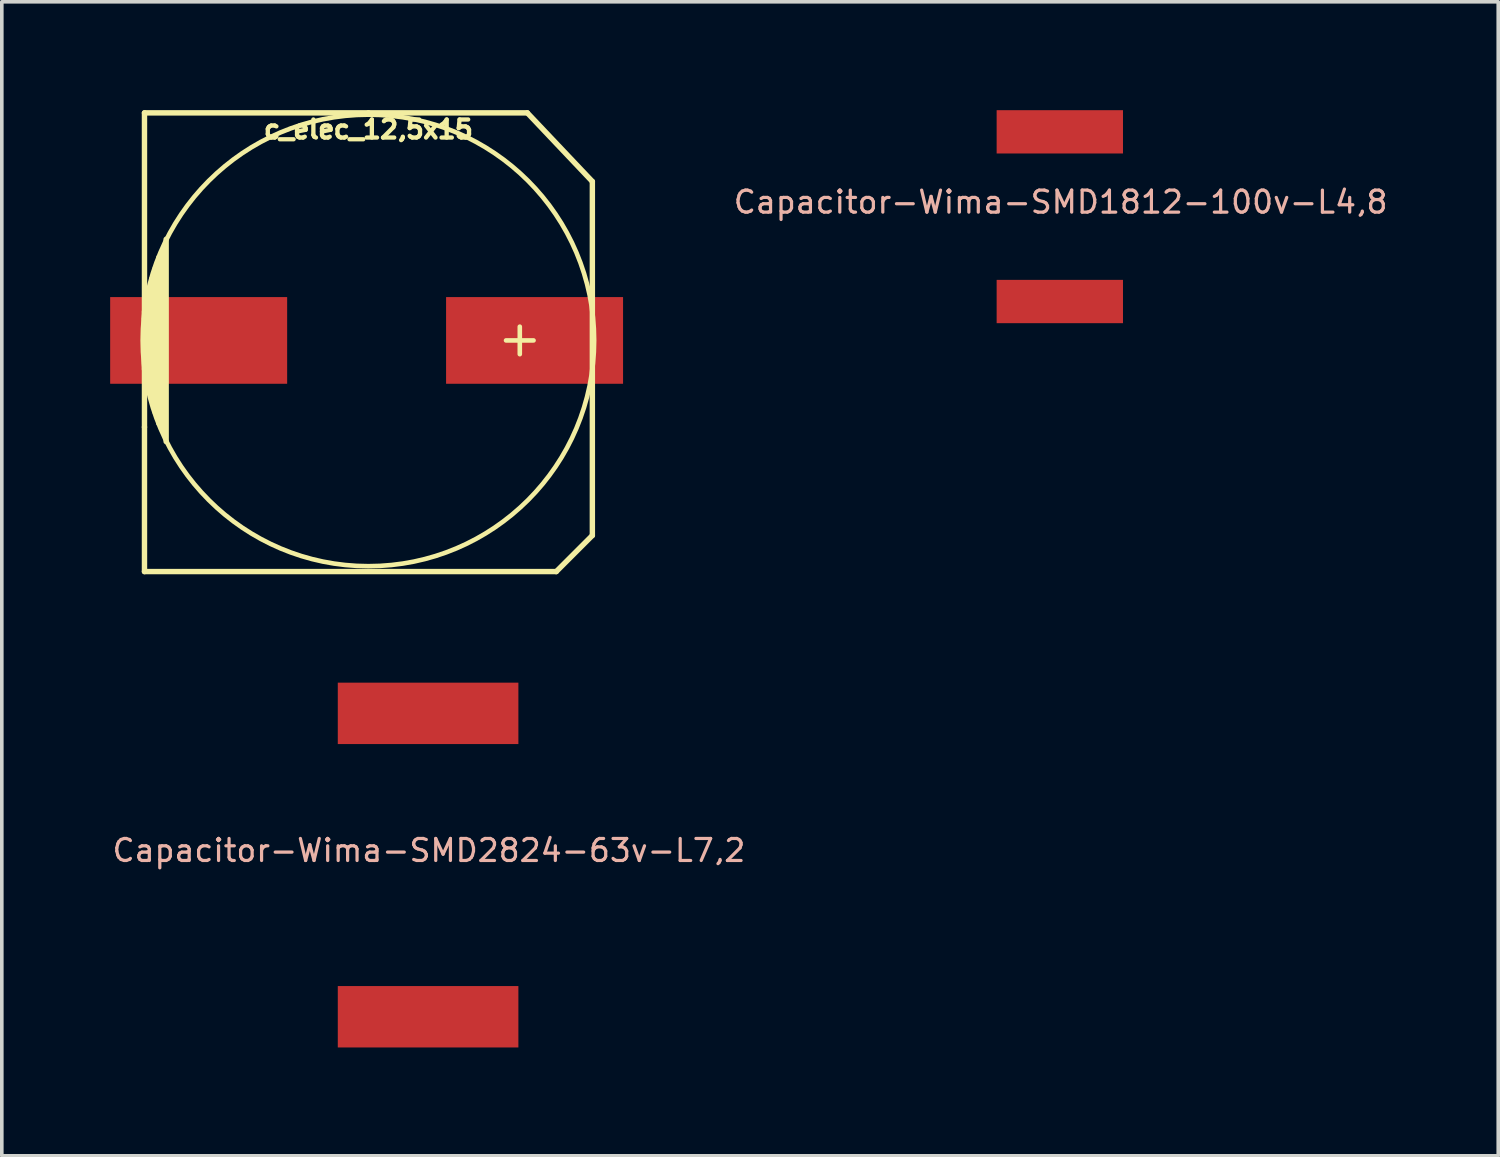
<source format=kicad_pcb>
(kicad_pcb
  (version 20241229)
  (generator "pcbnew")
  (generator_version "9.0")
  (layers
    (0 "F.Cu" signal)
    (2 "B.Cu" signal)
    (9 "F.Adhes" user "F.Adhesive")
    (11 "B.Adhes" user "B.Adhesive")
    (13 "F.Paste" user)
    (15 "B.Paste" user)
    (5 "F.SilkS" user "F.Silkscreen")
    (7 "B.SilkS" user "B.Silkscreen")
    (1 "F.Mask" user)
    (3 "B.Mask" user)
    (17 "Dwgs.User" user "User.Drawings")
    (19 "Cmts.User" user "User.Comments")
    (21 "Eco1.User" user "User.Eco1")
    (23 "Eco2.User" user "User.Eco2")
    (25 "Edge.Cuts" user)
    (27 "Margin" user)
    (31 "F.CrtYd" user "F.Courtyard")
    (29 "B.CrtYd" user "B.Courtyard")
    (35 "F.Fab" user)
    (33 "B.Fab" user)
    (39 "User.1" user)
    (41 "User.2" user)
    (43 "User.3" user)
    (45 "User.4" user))
  (footprint "Capacitor-Wima-SMD2824-63v-L7,2"
    (layer "F.Cu")
    (at 8.802 20.9)
    (property "Reference" "Capacitor-Wima-SMD2824-63v-L7,2" (at 0.023 -0.404 0) (layer "B.SilkS") (effects (font (size 0.61 0.61) (thickness 0.089))))
    (attr smd)
    (fp_line (start -3.599 -3.998) (end -3.599 -3.299) (stroke (width 0.00012) (type solid)) (layer "F.SilkS"))
    (fp_line (start -3.599 -3.299) (end -3.599 3.299) (stroke (width 0.00012) (type solid)) (layer "F.SilkS"))
    (fp_line (start -3.599 -3.299) (end 3.599 -3.299) (stroke (width 0.00012) (type solid)) (layer "F.SilkS"))
    (fp_line (start -3.599 3.299) (end -3.599 3.998) (stroke (width 0.00012) (type solid)) (layer "F.SilkS"))
    (fp_line (start -3.599 3.299) (end 3.599 3.299) (stroke (width 0.00012) (type solid)) (layer "F.SilkS"))
    (fp_line (start -3.599 3.998) (end 3.599 3.998) (stroke (width 0.00012) (type solid)) (layer "F.SilkS"))
    (fp_line (start 3.599 -3.998) (end -3.599 -3.998) (stroke (width 0.00012) (type solid)) (layer "F.SilkS"))
    (fp_line (start 3.599 -3.299) (end 3.599 -3.998) (stroke (width 0.00012) (type solid)) (layer "F.SilkS"))
    (fp_line (start 3.599 3.299) (end 3.599 -3.299) (stroke (width 0.00012) (type solid)) (layer "F.SilkS"))
    (fp_line (start 3.599 3.998) (end 3.599 3.299) (stroke (width 0.00012) (type solid)) (layer "F.SilkS"))
    (pad "1" smd rect (at 0 4.2) (size 5 1.7) (layers "F.Cu" "F.Mask" "F.Paste"))
    (pad "2" smd rect (at 0 -4.2) (size 5 1.7) (layers "F.Cu" "F.Mask" "F.Paste")))
  (footprint "c_elec_12,5x15"
    (layer "F.Cu")
    (at 7.15 6.375)
    (property "Reference" "c_elec_12,5x15" (at 0 -5.842 0) (layer "F.SilkS") (effects (font (size 0.5 0.5) (thickness 0.119))))
    (attr through_hole)
    (fp_line (start -6.2 -6.3) (end -6.2 2.4) (stroke (width 0.15) (type solid)) (layer "F.SilkS"))
    (fp_line (start -6.2 -0.6) (end -6.2 -0.8) (stroke (width 0.15) (type solid)) (layer "F.SilkS"))
    (fp_line (start -6.2 0.4) (end -6.2 -0.6) (stroke (width 0.15) (type solid)) (layer "F.SilkS"))
    (fp_line (start -6.2 0.8) (end -6.2 -0.4) (stroke (width 0.15) (type solid)) (layer "F.SilkS"))
    (fp_line (start -6.2 2.4) (end -6.2 6.4) (stroke (width 0.15) (type solid)) (layer "F.SilkS"))
    (fp_line (start -6.2 6.4) (end 5.2 6.4) (stroke (width 0.15) (type solid)) (layer "F.SilkS"))
    (fp_line (start -6.1 -0.9) (end -6.1 -1) (stroke (width 0.15) (type solid)) (layer "F.SilkS"))
    (fp_line (start -6.1 -0.8) (end -6.1 0.9) (stroke (width 0.15) (type solid)) (layer "F.SilkS"))
    (fp_line (start -6.1 0.9) (end -6.1 1) (stroke (width 0.15) (type solid)) (layer "F.SilkS"))
    (fp_line (start -6.1 1.3) (end -6.1 -1.3) (stroke (width 0.15) (type solid)) (layer "F.SilkS"))
    (fp_line (start -6 -1.5) (end -6 -1.7) (stroke (width 0.15) (type solid)) (layer "F.SilkS"))
    (fp_line (start -6 -1.5) (end -6 1.6) (stroke (width 0.15) (type solid)) (layer "F.SilkS"))
    (fp_line (start -5.9 -2) (end -5.9 2) (stroke (width 0.15) (type solid)) (layer "F.SilkS"))
    (fp_line (start -5.8 2.3) (end -5.8 -2.3) (stroke (width 0.15) (type solid)) (layer "F.SilkS"))
    (fp_line (start -5.7 -2.5) (end -5.7 2.5) (stroke (width 0.15) (type solid)) (layer "F.SilkS"))
    (fp_line (start -5.6 2.8) (end -5.6 -2.8) (stroke (width 0.15) (type solid)) (layer "F.SilkS"))
    (fp_line (start 0 -6.3) (end -6.2 -6.3) (stroke (width 0.15) (type solid)) (layer "F.SilkS"))
    (fp_line (start 4.191 -0.381) (end 4.191 0.381) (stroke (width 0.127) (type solid)) (layer "F.SilkS"))
    (fp_line (start 4.4 -6.3) (end 0 -6.3) (stroke (width 0.15) (type solid)) (layer "F.SilkS"))
    (fp_line (start 4.572 0) (end 3.81 0) (stroke (width 0.127) (type solid)) (layer "F.SilkS"))
    (fp_line (start 5.2 6.4) (end 6.2 5.4) (stroke (width 0.15) (type solid)) (layer "F.SilkS"))
    (fp_line (start 6.2 -4.4) (end 4.4 -6.3) (stroke (width 0.15) (type solid)) (layer "F.SilkS"))
    (fp_line (start 6.2 5.4) (end 6.2 -4.4) (stroke (width 0.15) (type solid)) (layer "F.SilkS"))
    (fp_circle (center 0 0) (end 6.25 0) (stroke (width 0.127) (type solid)) (fill no) (layer "F.SilkS"))
    (pad "1" smd rect (at 4.6 0) (size 4.9 2.4) (layers "F.Cu" "F.Mask" "F.Paste"))
    (pad "2" smd rect (at -4.7 0) (size 4.9 2.4) (layers "F.Cu" "F.Mask" "F.Paste")))
  (footprint "Capacitor-Wima-SMD1812-100v-L4,8"
    (layer "F.Cu")
    (at 26.292 2.949)
    (property "Reference" "Capacitor-Wima-SMD1812-100v-L4,8" (at 0.023 -0.404 0) (layer "B.SilkS") (effects (font (size 0.61 0.61) (thickness 0.089))))
    (attr smd)
    (fp_line (start -1.699 -2.398) (end -1.699 -1.699) (stroke (width 0.00012) (type solid)) (layer "F.SilkS"))
    (fp_line (start -1.699 -1.699) (end -1.699 1.699) (stroke (width 0.00012) (type solid)) (layer "F.SilkS"))
    (fp_line (start -1.699 -1.699) (end 1.699 -1.699) (stroke (width 0.00012) (type solid)) (layer "F.SilkS"))
    (fp_line (start -1.699 1.699) (end -1.699 2.398) (stroke (width 0.00012) (type solid)) (layer "F.SilkS"))
    (fp_line (start -1.699 1.699) (end 1.699 1.699) (stroke (width 0.00012) (type solid)) (layer "F.SilkS"))
    (fp_line (start -1.699 2.398) (end 1.699 2.398) (stroke (width 0.00012) (type solid)) (layer "F.SilkS"))
    (fp_line (start 1.699 -2.398) (end -1.699 -2.398) (stroke (width 0.00012) (type solid)) (layer "F.SilkS"))
    (fp_line (start 1.699 -1.699) (end 1.699 -2.398) (stroke (width 0.00012) (type solid)) (layer "F.SilkS"))
    (fp_line (start 1.699 2.398) (end 1.699 -1.699) (stroke (width 0.00012) (type solid)) (layer "F.SilkS"))
    (pad "1" smd rect (at 0 2.349) (size 3.498 1.199) (layers "F.Cu" "F.Mask" "F.Paste"))
    (pad "2" smd rect (at 0 -2.349) (size 3.498 1.199) (layers "F.Cu" "F.Mask" "F.Paste")))
  (gr_rect
    (start -3 -3)
    (end 38.43 28.95)
    (stroke (width 0.1) (type default))
    (fill no)
    (layer "Edge.Cuts")))
</source>
